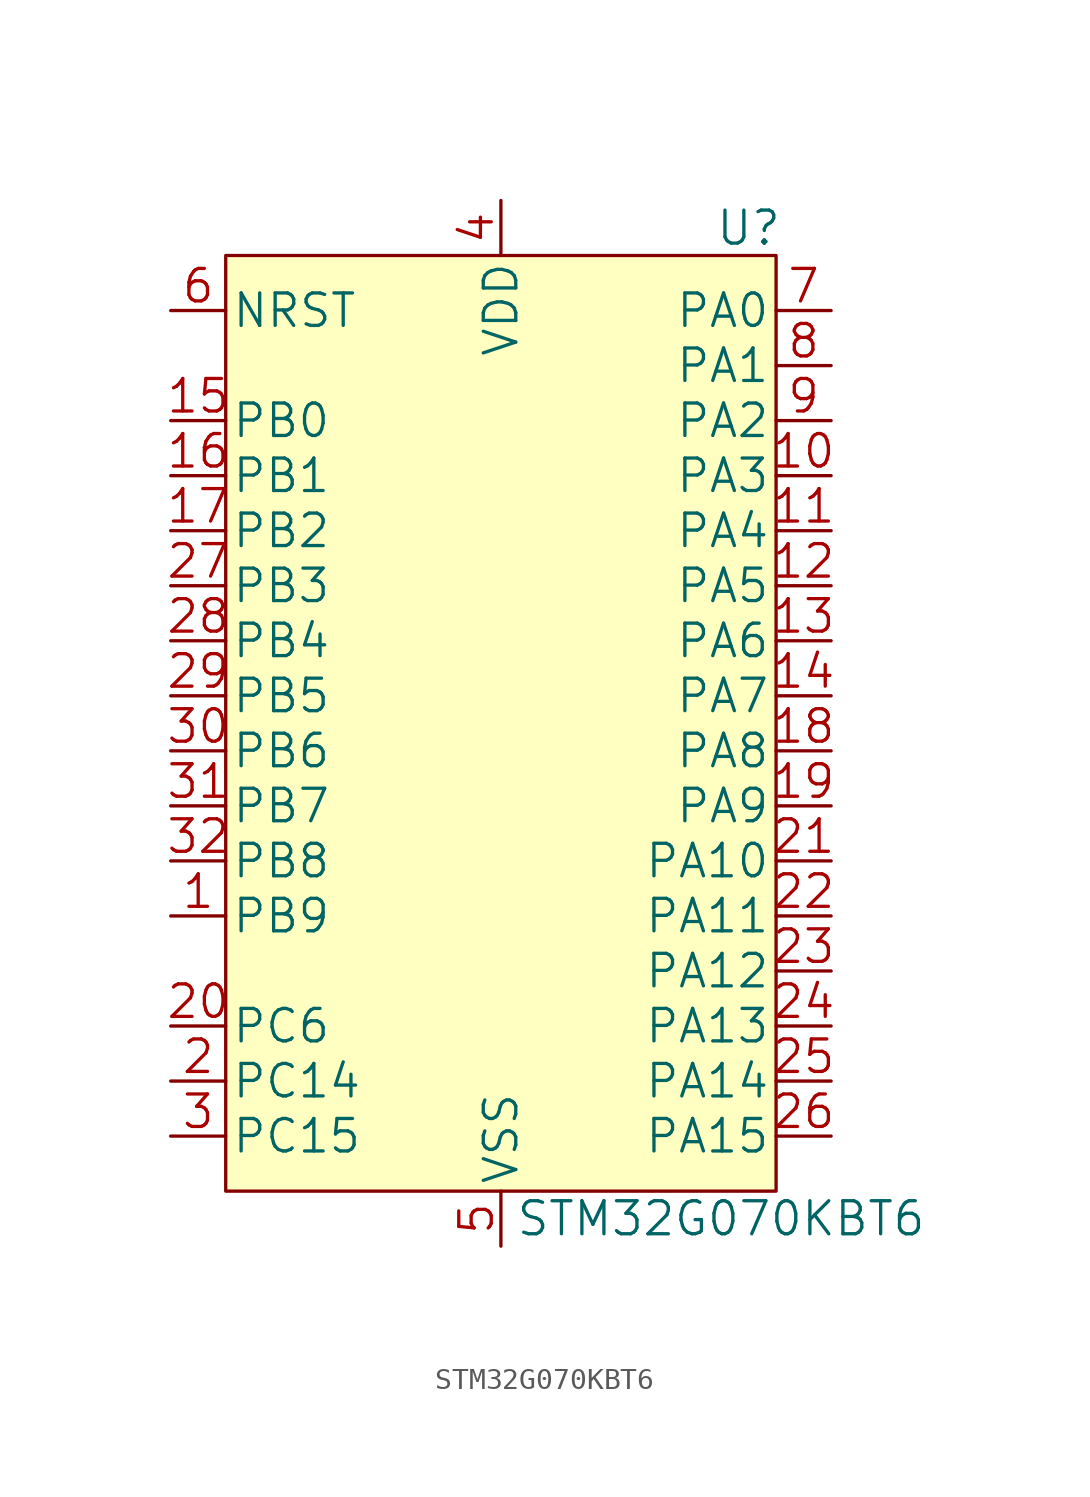
<source format=kicad_sym>
(kicad_symbol_lib
  (version 20211014)
  (generator kicad_symbol_editor)
  (symbol "STM32G070KBT6"
    (pin_names
      (offset 0.254))
    (property "Reference" "U"
      (at 24.13 1.27 0)
      (effects (font (size 1.524 1.524))))
    (property "Value" "STM32G070KBT6"
      (at 22.86 -44.45 0)
      (effects (font (size 1.524 1.524))))
    (property "Datasheet" ""
      (at 27.94 -2.54 0)
      (effects (font (size 1.524 1.524))))
    (symbol "STM32G070KBT6_0_1"
      (rectangle (start 0 0) (end 25.4 -43.18) (stroke (width 0) (type default) (color 0 0 0 0)) (fill (type background))))
    (symbol "STM32G070KBT6_1_1"
      (pin bidirectional line (at -2.54 -30.48 0) (length 2.54) (name "PB9" (effects (font (size 1.499 1.499)))) (number "1" (effects (font (size 1.499 1.499)))))
      (pin bidirectional line (at 27.94 -10.16 180) (length 2.54) (name "PA3" (effects (font (size 1.499 1.499)))) (number "10" (effects (font (size 1.499 1.499)))))
      (pin bidirectional line (at 27.94 -12.7 180) (length 2.54) (name "PA4" (effects (font (size 1.499 1.499)))) (number "11" (effects (font (size 1.499 1.499)))))
      (pin bidirectional line (at 27.94 -15.24 180) (length 2.54) (name "PA5" (effects (font (size 1.499 1.499)))) (number "12" (effects (font (size 1.499 1.499)))))
      (pin bidirectional line (at 27.94 -17.78 180) (length 2.54) (name "PA6" (effects (font (size 1.499 1.499)))) (number "13" (effects (font (size 1.499 1.499)))))
      (pin bidirectional line (at 27.94 -20.32 180) (length 2.54) (name "PA7" (effects (font (size 1.499 1.499)))) (number "14" (effects (font (size 1.499 1.499)))))
      (pin bidirectional line (at -2.54 -7.62 0) (length 2.54) (name "PB0" (effects (font (size 1.499 1.499)))) (number "15" (effects (font (size 1.499 1.499)))))
      (pin bidirectional line (at -2.54 -10.16 0) (length 2.54) (name "PB1" (effects (font (size 1.499 1.499)))) (number "16" (effects (font (size 1.499 1.499)))))
      (pin bidirectional line (at -2.54 -12.7 0) (length 2.54) (name "PB2" (effects (font (size 1.499 1.499)))) (number "17" (effects (font (size 1.499 1.499)))))
      (pin bidirectional line (at 27.94 -22.86 180) (length 2.54) (name "PA8" (effects (font (size 1.499 1.499)))) (number "18" (effects (font (size 1.499 1.499)))))
      (pin bidirectional line (at 27.94 -25.4 180) (length 2.54) (name "PA9" (effects (font (size 1.499 1.499)))) (number "19" (effects (font (size 1.499 1.499)))))
      (pin bidirectional line (at -2.54 -38.1 0) (length 2.54) (name "PC14" (effects (font (size 1.499 1.499)))) (number "2" (effects (font (size 1.499 1.499)))))
      (pin bidirectional line (at -2.54 -35.56 0) (length 2.54) (name "PC6" (effects (font (size 1.499 1.499)))) (number "20" (effects (font (size 1.499 1.499)))))
      (pin bidirectional line (at 27.94 -27.94 180) (length 2.54) (name "PA10" (effects (font (size 1.499 1.499)))) (number "21" (effects (font (size 1.499 1.499)))))
      (pin bidirectional line (at 27.94 -30.48 180) (length 2.54) (name "PA11" (effects (font (size 1.499 1.499)))) (number "22" (effects (font (size 1.499 1.499)))))
      (pin bidirectional line (at 27.94 -33.02 180) (length 2.54) (name "PA12" (effects (font (size 1.499 1.499)))) (number "23" (effects (font (size 1.499 1.499)))))
      (pin bidirectional line (at 27.94 -35.56 180) (length 2.54) (name "PA13" (effects (font (size 1.499 1.499)))) (number "24" (effects (font (size 1.499 1.499)))))
      (pin bidirectional line (at 27.94 -38.1 180) (length 2.54) (name "PA14" (effects (font (size 1.499 1.499)))) (number "25" (effects (font (size 1.499 1.499)))))
      (pin bidirectional line (at 27.94 -40.64 180) (length 2.54) (name "PA15" (effects (font (size 1.499 1.499)))) (number "26" (effects (font (size 1.499 1.499)))))
      (pin bidirectional line (at -2.54 -15.24 0) (length 2.54) (name "PB3" (effects (font (size 1.499 1.499)))) (number "27" (effects (font (size 1.499 1.499)))))
      (pin bidirectional line (at -2.54 -17.78 0) (length 2.54) (name "PB4" (effects (font (size 1.499 1.499)))) (number "28" (effects (font (size 1.499 1.499)))))
      (pin bidirectional line (at -2.54 -20.32 0) (length 2.54) (name "PB5" (effects (font (size 1.499 1.499)))) (number "29" (effects (font (size 1.499 1.499)))))
      (pin bidirectional line (at -2.54 -40.64 0) (length 2.54) (name "PC15" (effects (font (size 1.499 1.499)))) (number "3" (effects (font (size 1.499 1.499)))))
      (pin bidirectional line (at -2.54 -22.86 0) (length 2.54) (name "PB6" (effects (font (size 1.499 1.499)))) (number "30" (effects (font (size 1.499 1.499)))))
      (pin bidirectional line (at -2.54 -25.4 0) (length 2.54) (name "PB7" (effects (font (size 1.499 1.499)))) (number "31" (effects (font (size 1.499 1.499)))))
      (pin bidirectional line (at -2.54 -27.94 0) (length 2.54) (name "PB8" (effects (font (size 1.499 1.499)))) (number "32" (effects (font (size 1.499 1.499)))))
      (pin power_in line (at 12.7 2.54 270) (length 2.54) (name "VDD" (effects (font (size 1.499 1.499)))) (number "4" (effects (font (size 1.499 1.499)))))
      (pin power_in line (at 12.7 -45.72 90) (length 2.54) (name "VSS" (effects (font (size 1.499 1.499)))) (number "5" (effects (font (size 1.499 1.499)))))
      (pin input line (at -2.54 -2.54 0) (length 2.54) (name "NRST" (effects (font (size 1.499 1.499)))) (number "6" (effects (font (size 1.499 1.499)))))
      (pin bidirectional line (at 27.94 -2.54 180) (length 2.54) (name "PA0" (effects (font (size 1.499 1.499)))) (number "7" (effects (font (size 1.499 1.499)))))
      (pin bidirectional line (at 27.94 -5.08 180) (length 2.54) (name "PA1" (effects (font (size 1.499 1.499)))) (number "8" (effects (font (size 1.499 1.499)))))
      (pin bidirectional line (at 27.94 -7.62 180) (length 2.54) (name "PA2" (effects (font (size 1.499 1.499)))) (number "9" (effects (font (size 1.499 1.499))))))))
</source>
